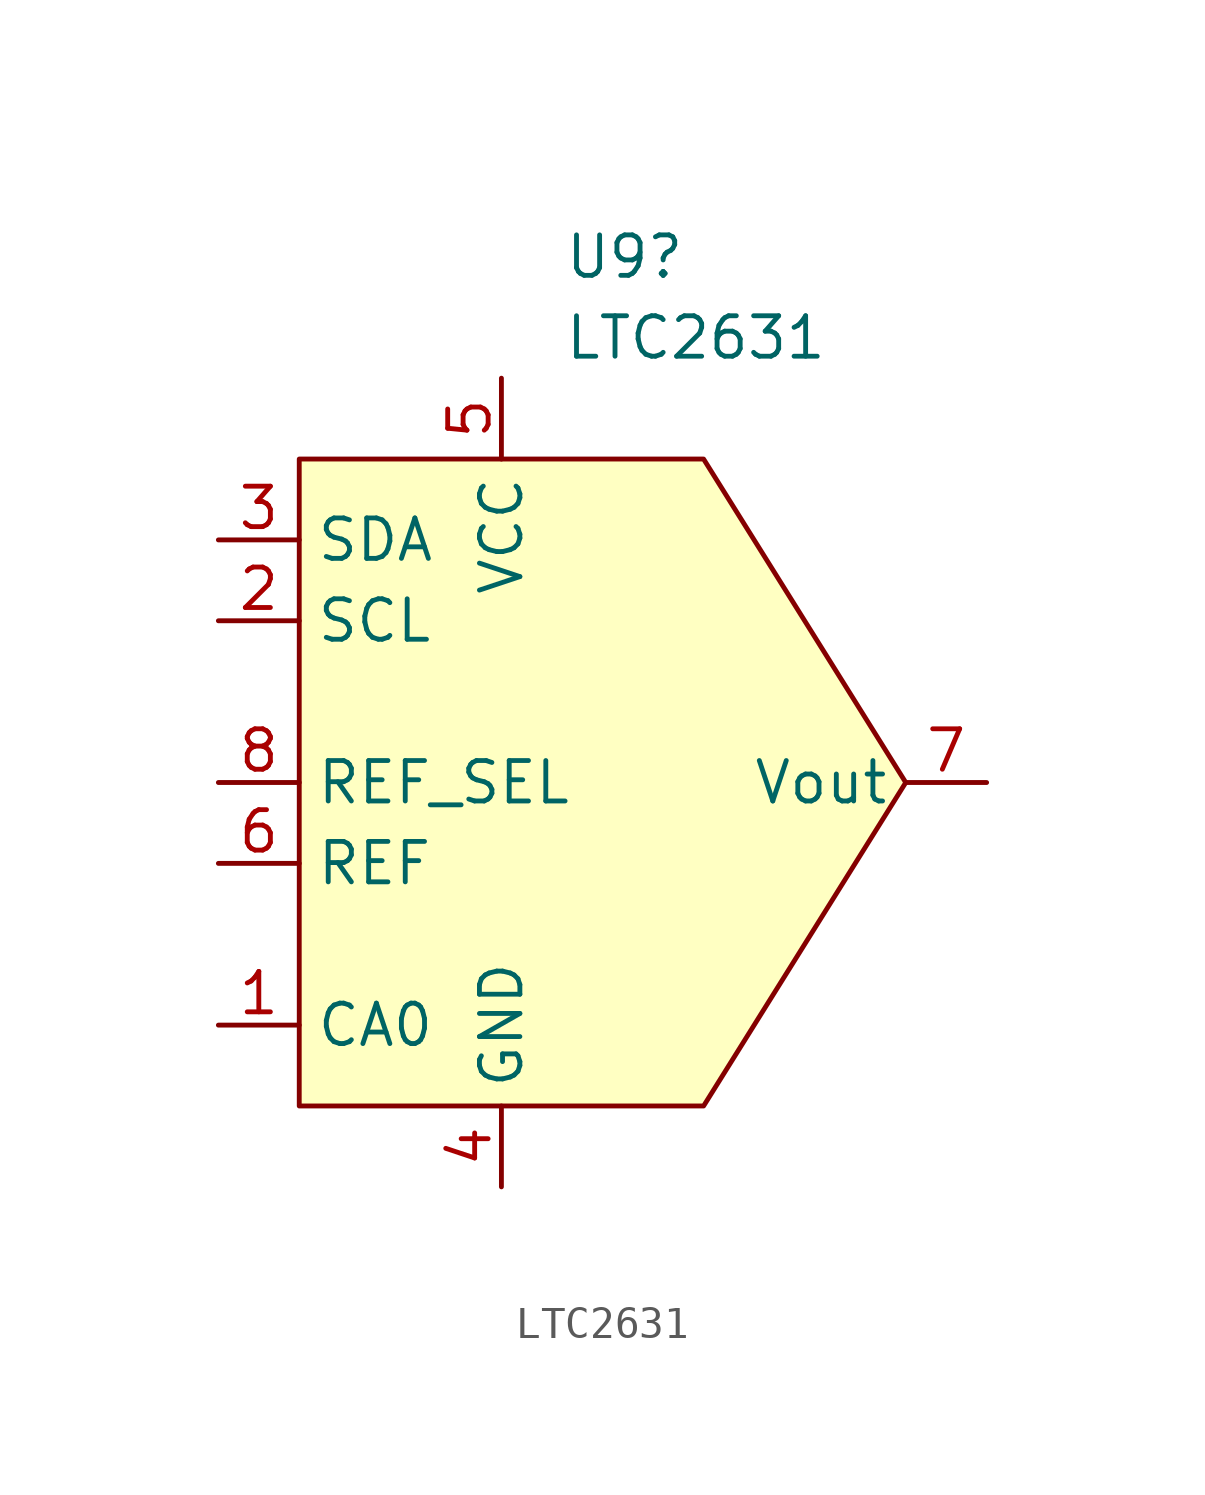
<source format=kicad_sym>
(kicad_symbol_lib
  (version 20241209)
  (generator "kicad_symbol_editor")
  (generator_version "9.0")
  (symbol "LTC2631"
    (property "Reference" "U9"
      (at 8.306 5.08 0)
      (effects (font (size 1.27 1.27)) (justify left)))
    (property "Value" "LTC2631"
      (at 8.306 2.54 0)
      (effects (font (size 1.27 1.27)) (justify left)))
    (symbol "LTC2631_1_1"
      (polyline (pts (xy 19.05 -11.43) (xy 12.7 -1.27) (xy 0 -1.27) (xy 0 -21.59) (xy 12.7 -21.59) (xy 19.05 -11.43)) (stroke (width 0) (type solid)) (fill (type background)))
      (pin passive line (at -2.54 -3.81 0) (length 2.54) (name "SDA" (effects (font (size 1.27 1.27)))) (number "3" (effects (font (size 1.27 1.27)))))
      (pin passive line (at -2.54 -6.35 0) (length 2.54) (name "SCL" (effects (font (size 1.27 1.27)))) (number "2" (effects (font (size 1.27 1.27)))))
      (pin passive line (at -2.54 -11.43 0) (length 2.54) (name "REF_SEL" (effects (font (size 1.27 1.27)))) (number "8" (effects (font (size 1.27 1.27)))))
      (pin passive line (at -2.54 -13.97 0) (length 2.54) (name "REF" (effects (font (size 1.27 1.27)))) (number "6" (effects (font (size 1.27 1.27)))))
      (pin passive line (at -2.54 -19.05 0) (length 2.54) (name "CA0" (effects (font (size 1.27 1.27)))) (number "1" (effects (font (size 1.27 1.27)))))
      (pin passive line (at 6.35 1.27 270) (length 2.54) (name "VCC" (effects (font (size 1.27 1.27)))) (number "5" (effects (font (size 1.27 1.27)))))
      (pin passive line (at 6.35 -24.13 90) (length 2.54) (name "GND" (effects (font (size 1.27 1.27)))) (number "4" (effects (font (size 1.27 1.27)))))
      (pin passive line (at 21.59 -11.43 180) (length 2.54) (name "Vout" (effects (font (size 1.27 1.27)))) (number "7" (effects (font (size 1.27 1.27))))))))
</source>
